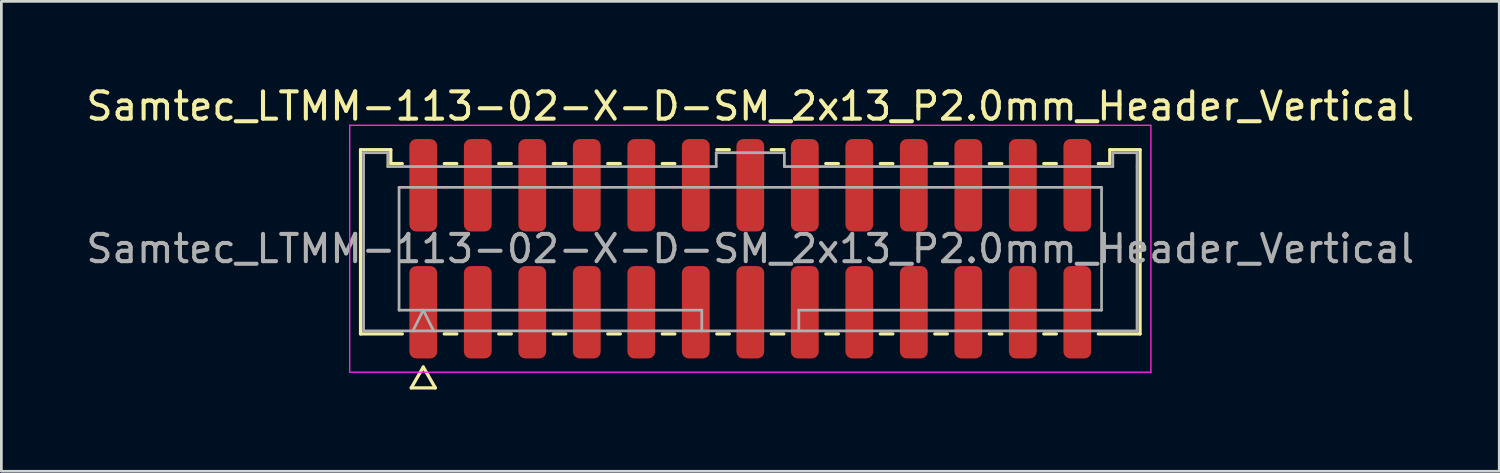
<source format=kicad_pcb>
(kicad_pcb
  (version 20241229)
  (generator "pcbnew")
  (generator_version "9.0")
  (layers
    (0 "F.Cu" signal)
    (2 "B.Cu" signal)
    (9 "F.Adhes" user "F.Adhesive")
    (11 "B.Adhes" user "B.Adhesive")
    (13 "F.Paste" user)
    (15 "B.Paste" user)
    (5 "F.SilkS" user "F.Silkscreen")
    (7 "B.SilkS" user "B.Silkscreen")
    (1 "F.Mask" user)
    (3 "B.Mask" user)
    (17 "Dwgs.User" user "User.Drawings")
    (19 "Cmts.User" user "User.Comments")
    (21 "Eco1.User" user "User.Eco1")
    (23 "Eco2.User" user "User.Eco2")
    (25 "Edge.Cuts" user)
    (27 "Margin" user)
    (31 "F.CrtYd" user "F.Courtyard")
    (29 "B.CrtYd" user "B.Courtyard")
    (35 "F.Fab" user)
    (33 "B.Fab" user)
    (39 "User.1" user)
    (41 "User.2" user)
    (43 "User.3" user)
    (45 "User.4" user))
  (footprint "Samtec_LTMM-113-02-X-D-SM_2x13_P2.0mm_Header_Vertical"
    (layer "F.Cu")
    (at 24.482 6.078)
    (property "Reference" "Samtec_LTMM-113-02-X-D-SM_2x13_P2.0mm_Header_Vertical" (at 0 -5.23 0) (layer "F.SilkS") (effects (font (size 1 1) (thickness 0.15))))
    (attr smd)
    (fp_line (start -14.302 -3.635) (end -13.193 -3.635) (stroke (width 0.12) (type solid)) (layer "F.SilkS"))
    (fp_line (start -14.302 3.125) (end -14.302 -3.635) (stroke (width 0.12) (type solid)) (layer "F.SilkS"))
    (fp_line (start -13.193 -3.635) (end -13.193 -3.125) (stroke (width 0.12) (type solid)) (layer "F.SilkS"))
    (fp_line (start -13.193 -3.125) (end -12.77 -3.125) (stroke (width 0.12) (type solid)) (layer "F.SilkS"))
    (fp_line (start -12.77 3.125) (end -14.302 3.125) (stroke (width 0.12) (type solid)) (layer "F.SilkS"))
    (fp_line (start -12.442 5.105) (end -12 4.34) (stroke (width 0.12) (type solid)) (layer "F.SilkS"))
    (fp_line (start -12 4.34) (end -11.558 5.105) (stroke (width 0.12) (type solid)) (layer "F.SilkS"))
    (fp_line (start -11.558 5.105) (end -12.442 5.105) (stroke (width 0.12) (type solid)) (layer "F.SilkS"))
    (fp_line (start -11.23 -3.125) (end -10.77 -3.125) (stroke (width 0.12) (type solid)) (layer "F.SilkS"))
    (fp_line (start -10.77 3.125) (end -11.23 3.125) (stroke (width 0.12) (type solid)) (layer "F.SilkS"))
    (fp_line (start -9.23 -3.125) (end -8.77 -3.125) (stroke (width 0.12) (type solid)) (layer "F.SilkS"))
    (fp_line (start -8.77 3.125) (end -9.23 3.125) (stroke (width 0.12) (type solid)) (layer "F.SilkS"))
    (fp_line (start -7.23 -3.125) (end -6.77 -3.125) (stroke (width 0.12) (type solid)) (layer "F.SilkS"))
    (fp_line (start -6.77 3.125) (end -7.23 3.125) (stroke (width 0.12) (type solid)) (layer "F.SilkS"))
    (fp_line (start -5.23 -3.125) (end -4.77 -3.125) (stroke (width 0.12) (type solid)) (layer "F.SilkS"))
    (fp_line (start -4.77 3.125) (end -5.23 3.125) (stroke (width 0.12) (type solid)) (layer "F.SilkS"))
    (fp_line (start -3.23 -3.125) (end -2.77 -3.125) (stroke (width 0.12) (type solid)) (layer "F.SilkS"))
    (fp_line (start -2.77 3.125) (end -3.23 3.125) (stroke (width 0.12) (type solid)) (layer "F.SilkS"))
    (fp_line (start -1.23 -3.635) (end -0.77 -3.635) (stroke (width 0.12) (type solid)) (layer "F.SilkS"))
    (fp_line (start -0.77 3.125) (end -1.23 3.125) (stroke (width 0.12) (type solid)) (layer "F.SilkS"))
    (fp_line (start 0.77 -3.635) (end 1.23 -3.635) (stroke (width 0.12) (type solid)) (layer "F.SilkS"))
    (fp_line (start 1.23 3.125) (end 0.77 3.125) (stroke (width 0.12) (type solid)) (layer "F.SilkS"))
    (fp_line (start 2.77 -3.125) (end 3.23 -3.125) (stroke (width 0.12) (type solid)) (layer "F.SilkS"))
    (fp_line (start 3.23 3.125) (end 2.77 3.125) (stroke (width 0.12) (type solid)) (layer "F.SilkS"))
    (fp_line (start 4.77 -3.125) (end 5.23 -3.125) (stroke (width 0.12) (type solid)) (layer "F.SilkS"))
    (fp_line (start 5.23 3.125) (end 4.77 3.125) (stroke (width 0.12) (type solid)) (layer "F.SilkS"))
    (fp_line (start 6.77 -3.125) (end 7.23 -3.125) (stroke (width 0.12) (type solid)) (layer "F.SilkS"))
    (fp_line (start 7.23 3.125) (end 6.77 3.125) (stroke (width 0.12) (type solid)) (layer "F.SilkS"))
    (fp_line (start 8.77 -3.125) (end 9.23 -3.125) (stroke (width 0.12) (type solid)) (layer "F.SilkS"))
    (fp_line (start 9.23 3.125) (end 8.77 3.125) (stroke (width 0.12) (type solid)) (layer "F.SilkS"))
    (fp_line (start 10.77 -3.125) (end 11.23 -3.125) (stroke (width 0.12) (type solid)) (layer "F.SilkS"))
    (fp_line (start 11.23 3.125) (end 10.77 3.125) (stroke (width 0.12) (type solid)) (layer "F.SilkS"))
    (fp_line (start 12.77 -3.125) (end 13.193 -3.125) (stroke (width 0.12) (type solid)) (layer "F.SilkS"))
    (fp_line (start 13.193 -3.635) (end 14.302 -3.635) (stroke (width 0.12) (type solid)) (layer "F.SilkS"))
    (fp_line (start 13.193 -3.125) (end 13.193 -3.635) (stroke (width 0.12) (type solid)) (layer "F.SilkS"))
    (fp_line (start 14.302 -3.635) (end 14.302 3.125) (stroke (width 0.12) (type solid)) (layer "F.SilkS"))
    (fp_line (start 14.302 3.125) (end 12.77 3.125) (stroke (width 0.12) (type solid)) (layer "F.SilkS"))
    (fp_line (start -14.7 -4.53) (end -14.7 4.53) (stroke (width 0.05) (type solid)) (layer "F.CrtYd"))
    (fp_line (start -14.7 4.53) (end 14.7 4.53) (stroke (width 0.05) (type solid)) (layer "F.CrtYd"))
    (fp_line (start 14.7 -4.53) (end -14.7 -4.53) (stroke (width 0.05) (type solid)) (layer "F.CrtYd"))
    (fp_line (start 14.7 4.53) (end 14.7 -4.53) (stroke (width 0.05) (type solid)) (layer "F.CrtYd"))
    (fp_line (start -14.191 -3.525) (end -13.303 -3.525) (stroke (width 0.1) (type solid)) (layer "F.Fab"))
    (fp_line (start -14.191 3.015) (end -14.191 -3.525) (stroke (width 0.1) (type solid)) (layer "F.Fab"))
    (fp_line (start -13.303 -3.525) (end -13.303 -3.015) (stroke (width 0.1) (type solid)) (layer "F.Fab"))
    (fp_line (start -13.303 -3.015) (end -1.25 -3.015) (stroke (width 0.1) (type solid)) (layer "F.Fab"))
    (fp_line (start -12.889 -2.253) (end 12.889 -2.253) (stroke (width 0.1) (type solid)) (layer "F.Fab"))
    (fp_line (start -12.889 2.253) (end -12.889 -2.253) (stroke (width 0.1) (type solid)) (layer "F.Fab"))
    (fp_line (start -12.381 3.015) (end -12 2.253) (stroke (width 0.1) (type solid)) (layer "F.Fab"))
    (fp_line (start -12 2.253) (end -11.619 3.015) (stroke (width 0.1) (type solid)) (layer "F.Fab"))
    (fp_line (start -1.78 2.253) (end -12.889 2.253) (stroke (width 0.1) (type solid)) (layer "F.Fab"))
    (fp_line (start -1.78 3.015) (end -1.78 2.253) (stroke (width 0.1) (type solid)) (layer "F.Fab"))
    (fp_line (start -1.25 -3.525) (end 1.25 -3.525) (stroke (width 0.1) (type solid)) (layer "F.Fab"))
    (fp_line (start -1.25 -3.015) (end -1.25 -3.525) (stroke (width 0.1) (type solid)) (layer "F.Fab"))
    (fp_line (start 1.25 -3.525) (end 1.25 -3.015) (stroke (width 0.1) (type solid)) (layer "F.Fab"))
    (fp_line (start 1.25 -3.015) (end 13.303 -3.015) (stroke (width 0.1) (type solid)) (layer "F.Fab"))
    (fp_line (start 1.78 2.253) (end 1.78 3.015) (stroke (width 0.1) (type solid)) (layer "F.Fab"))
    (fp_line (start 12.889 -2.253) (end 12.889 2.253) (stroke (width 0.1) (type solid)) (layer "F.Fab"))
    (fp_line (start 12.889 2.253) (end 1.78 2.253) (stroke (width 0.1) (type solid)) (layer "F.Fab"))
    (fp_line (start 13.303 -3.525) (end 14.191 -3.525) (stroke (width 0.1) (type solid)) (layer "F.Fab"))
    (fp_line (start 13.303 -3.015) (end 13.303 -3.525) (stroke (width 0.1) (type solid)) (layer "F.Fab"))
    (fp_line (start 14.191 -3.525) (end 14.191 -3.015) (stroke (width 0.1) (type solid)) (layer "F.Fab"))
    (fp_line (start 14.191 -3.015) (end 14.191 3.015) (stroke (width 0.1) (type solid)) (layer "F.Fab"))
    (fp_line (start 14.191 3.015) (end -14.191 3.015) (stroke (width 0.1) (type solid)) (layer "F.Fab"))
    (fp_text user "${REFERENCE}" (at 0 0 0) (layer "F.Fab") (effects (font (size 1 1) (thickness 0.15))))
    (pad "1" smd roundrect (at -12 2.33) (size 1.02 3.39) (layers "F.Cu" "F.Mask" "F.Paste") (roundrect_rratio 0.245))
    (pad "2" smd roundrect (at -12 -2.33) (size 1.02 3.39) (layers "F.Cu" "F.Mask" "F.Paste") (roundrect_rratio 0.245))
    (pad "3" smd roundrect (at -10 2.33) (size 1.02 3.39) (layers "F.Cu" "F.Mask" "F.Paste") (roundrect_rratio 0.245))
    (pad "4" smd roundrect (at -10 -2.33) (size 1.02 3.39) (layers "F.Cu" "F.Mask" "F.Paste") (roundrect_rratio 0.245))
    (pad "5" smd roundrect (at -8 2.33) (size 1.02 3.39) (layers "F.Cu" "F.Mask" "F.Paste") (roundrect_rratio 0.245))
    (pad "6" smd roundrect (at -8 -2.33) (size 1.02 3.39) (layers "F.Cu" "F.Mask" "F.Paste") (roundrect_rratio 0.245))
    (pad "7" smd roundrect (at -6 2.33) (size 1.02 3.39) (layers "F.Cu" "F.Mask" "F.Paste") (roundrect_rratio 0.245))
    (pad "8" smd roundrect (at -6 -2.33) (size 1.02 3.39) (layers "F.Cu" "F.Mask" "F.Paste") (roundrect_rratio 0.245))
    (pad "9" smd roundrect (at -4 2.33) (size 1.02 3.39) (layers "F.Cu" "F.Mask" "F.Paste") (roundrect_rratio 0.245))
    (pad "10" smd roundrect (at -4 -2.33) (size 1.02 3.39) (layers "F.Cu" "F.Mask" "F.Paste") (roundrect_rratio 0.245))
    (pad "11" smd roundrect (at -2 2.33) (size 1.02 3.39) (layers "F.Cu" "F.Mask" "F.Paste") (roundrect_rratio 0.245))
    (pad "12" smd roundrect (at -2 -2.33) (size 1.02 3.39) (layers "F.Cu" "F.Mask" "F.Paste") (roundrect_rratio 0.245))
    (pad "13" smd roundrect (at 0 2.33) (size 1.02 3.39) (layers "F.Cu" "F.Mask" "F.Paste") (roundrect_rratio 0.245))
    (pad "14" smd roundrect (at 0 -2.33) (size 1.02 3.39) (layers "F.Cu" "F.Mask" "F.Paste") (roundrect_rratio 0.245))
    (pad "15" smd roundrect (at 2 2.33) (size 1.02 3.39) (layers "F.Cu" "F.Mask" "F.Paste") (roundrect_rratio 0.245))
    (pad "16" smd roundrect (at 2 -2.33) (size 1.02 3.39) (layers "F.Cu" "F.Mask" "F.Paste") (roundrect_rratio 0.245))
    (pad "17" smd roundrect (at 4 2.33) (size 1.02 3.39) (layers "F.Cu" "F.Mask" "F.Paste") (roundrect_rratio 0.245))
    (pad "18" smd roundrect (at 4 -2.33) (size 1.02 3.39) (layers "F.Cu" "F.Mask" "F.Paste") (roundrect_rratio 0.245))
    (pad "19" smd roundrect (at 6 2.33) (size 1.02 3.39) (layers "F.Cu" "F.Mask" "F.Paste") (roundrect_rratio 0.245))
    (pad "20" smd roundrect (at 6 -2.33) (size 1.02 3.39) (layers "F.Cu" "F.Mask" "F.Paste") (roundrect_rratio 0.245))
    (pad "21" smd roundrect (at 8 2.33) (size 1.02 3.39) (layers "F.Cu" "F.Mask" "F.Paste") (roundrect_rratio 0.245))
    (pad "22" smd roundrect (at 8 -2.33) (size 1.02 3.39) (layers "F.Cu" "F.Mask" "F.Paste") (roundrect_rratio 0.245))
    (pad "23" smd roundrect (at 10 2.33) (size 1.02 3.39) (layers "F.Cu" "F.Mask" "F.Paste") (roundrect_rratio 0.245))
    (pad "24" smd roundrect (at 10 -2.33) (size 1.02 3.39) (layers "F.Cu" "F.Mask" "F.Paste") (roundrect_rratio 0.245))
    (pad "25" smd roundrect (at 12 2.33) (size 1.02 3.39) (layers "F.Cu" "F.Mask" "F.Paste") (roundrect_rratio 0.245))
    (pad "26" smd roundrect (at 12 -2.33) (size 1.02 3.39) (layers "F.Cu" "F.Mask" "F.Paste") (roundrect_rratio 0.245)))
  (gr_rect
    (start -3 -3)
    (end 51.964 14.243)
    (stroke (width 0.1) (type default))
    (fill no)
    (layer "Edge.Cuts")))
</source>
